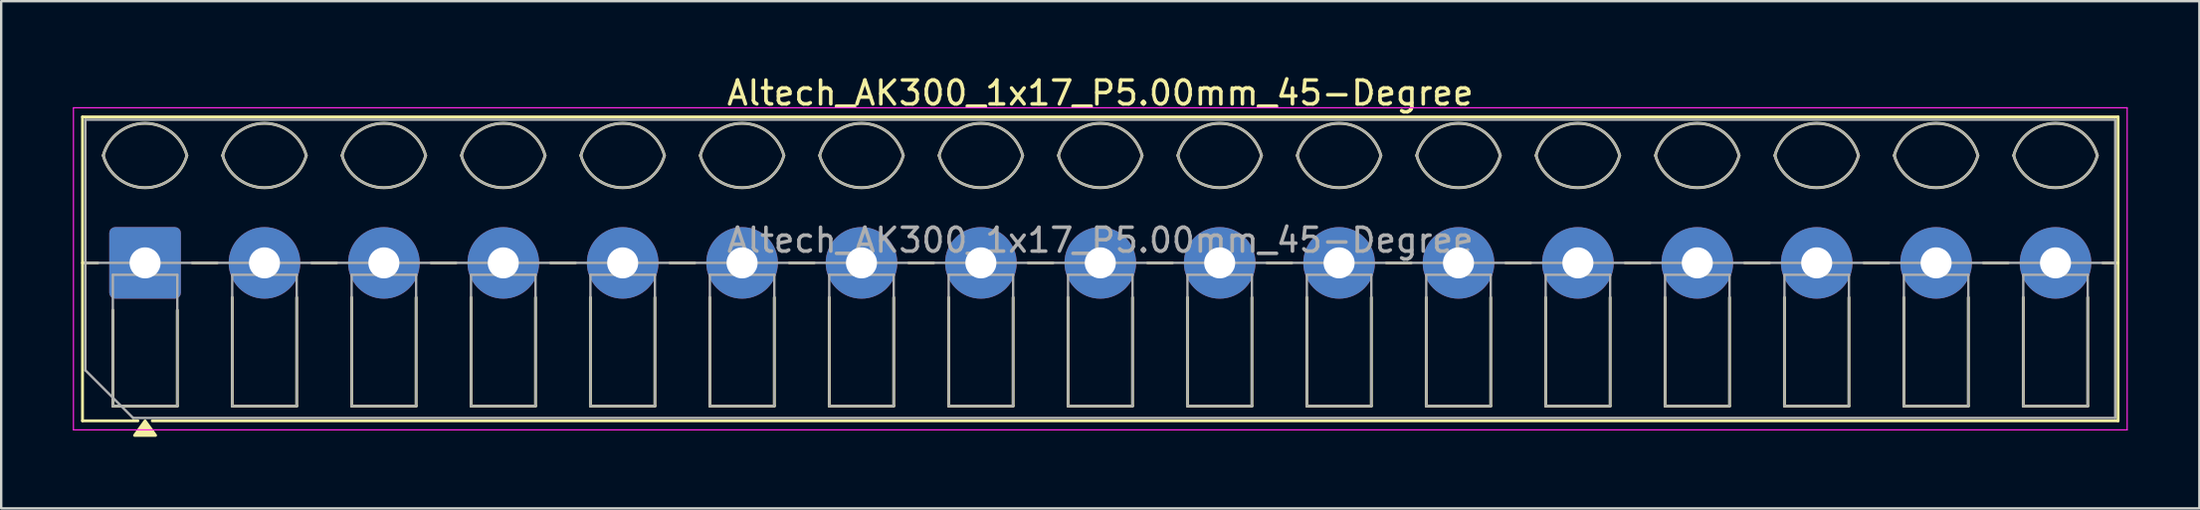
<source format=kicad_pcb>
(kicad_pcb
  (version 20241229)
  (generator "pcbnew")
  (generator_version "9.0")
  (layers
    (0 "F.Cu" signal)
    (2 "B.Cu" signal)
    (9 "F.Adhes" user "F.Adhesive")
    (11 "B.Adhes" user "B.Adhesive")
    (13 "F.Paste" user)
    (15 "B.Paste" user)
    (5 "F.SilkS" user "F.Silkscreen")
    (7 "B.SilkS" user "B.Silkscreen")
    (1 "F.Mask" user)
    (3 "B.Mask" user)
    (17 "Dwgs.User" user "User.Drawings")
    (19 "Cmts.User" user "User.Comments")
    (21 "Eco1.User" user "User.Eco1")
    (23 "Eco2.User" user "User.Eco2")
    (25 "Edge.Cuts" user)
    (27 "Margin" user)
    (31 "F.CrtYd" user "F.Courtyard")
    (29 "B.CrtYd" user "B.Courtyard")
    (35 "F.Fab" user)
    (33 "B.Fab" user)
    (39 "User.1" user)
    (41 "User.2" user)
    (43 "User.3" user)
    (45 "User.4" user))
  (footprint "Altech_AK300_1x17_P5.00mm_45-Degree"
    (layer "F.Cu")
    (at 3.025 7.968)
    (property "Reference" "Altech_AK300_1x17_P5.00mm_45-Degree" (at 40 -7.12 0) (layer "F.SilkS") (effects (font (size 1 1) (thickness 0.15))))
    (attr through_hole)
    (fp_line (start -2.62 -6.12) (end 82.62 -6.12) (stroke (width 0.12) (type solid)) (layer "F.SilkS"))
    (fp_line (start -2.62 0) (end -1.98 0) (stroke (width 0.12) (type solid)) (layer "F.SilkS"))
    (fp_line (start -2.62 6.62) (end -2.62 -6.12) (stroke (width 0.12) (type solid)) (layer "F.SilkS"))
    (fp_line (start -1.35 6) (end -1.35 1.98) (stroke (width 0.12) (type solid)) (layer "F.SilkS"))
    (fp_line (start -0.3 6.62) (end -2.62 6.62) (stroke (width 0.12) (type solid)) (layer "F.SilkS"))
    (fp_line (start 1.35 1.98) (end 1.35 6) (stroke (width 0.12) (type solid)) (layer "F.SilkS"))
    (fp_line (start 1.35 6) (end -1.35 6) (stroke (width 0.12) (type solid)) (layer "F.SilkS"))
    (fp_line (start 1.98 0) (end 3.02 0) (stroke (width 0.12) (type solid)) (layer "F.SilkS"))
    (fp_line (start 3.65 6) (end 3.65 1.448) (stroke (width 0.12) (type solid)) (layer "F.SilkS"))
    (fp_line (start 6.35 1.448) (end 6.35 6) (stroke (width 0.12) (type solid)) (layer "F.SilkS"))
    (fp_line (start 6.35 6) (end 3.65 6) (stroke (width 0.12) (type solid)) (layer "F.SilkS"))
    (fp_line (start 6.98 0) (end 8.02 0) (stroke (width 0.12) (type solid)) (layer "F.SilkS"))
    (fp_line (start 8.65 6) (end 8.65 1.448) (stroke (width 0.12) (type solid)) (layer "F.SilkS"))
    (fp_line (start 11.35 1.448) (end 11.35 6) (stroke (width 0.12) (type solid)) (layer "F.SilkS"))
    (fp_line (start 11.35 6) (end 8.65 6) (stroke (width 0.12) (type solid)) (layer "F.SilkS"))
    (fp_line (start 11.98 0) (end 13.02 0) (stroke (width 0.12) (type solid)) (layer "F.SilkS"))
    (fp_line (start 13.65 6) (end 13.65 1.448) (stroke (width 0.12) (type solid)) (layer "F.SilkS"))
    (fp_line (start 16.35 1.448) (end 16.35 6) (stroke (width 0.12) (type solid)) (layer "F.SilkS"))
    (fp_line (start 16.35 6) (end 13.65 6) (stroke (width 0.12) (type solid)) (layer "F.SilkS"))
    (fp_line (start 16.98 0) (end 18.02 0) (stroke (width 0.12) (type solid)) (layer "F.SilkS"))
    (fp_line (start 18.65 6) (end 18.65 1.448) (stroke (width 0.12) (type solid)) (layer "F.SilkS"))
    (fp_line (start 21.35 1.448) (end 21.35 6) (stroke (width 0.12) (type solid)) (layer "F.SilkS"))
    (fp_line (start 21.35 6) (end 18.65 6) (stroke (width 0.12) (type solid)) (layer "F.SilkS"))
    (fp_line (start 21.98 0) (end 23.02 0) (stroke (width 0.12) (type solid)) (layer "F.SilkS"))
    (fp_line (start 23.65 6) (end 23.65 1.448) (stroke (width 0.12) (type solid)) (layer "F.SilkS"))
    (fp_line (start 26.35 1.448) (end 26.35 6) (stroke (width 0.12) (type solid)) (layer "F.SilkS"))
    (fp_line (start 26.35 6) (end 23.65 6) (stroke (width 0.12) (type solid)) (layer "F.SilkS"))
    (fp_line (start 26.98 0) (end 28.02 0) (stroke (width 0.12) (type solid)) (layer "F.SilkS"))
    (fp_line (start 28.65 6) (end 28.65 1.448) (stroke (width 0.12) (type solid)) (layer "F.SilkS"))
    (fp_line (start 31.35 1.448) (end 31.35 6) (stroke (width 0.12) (type solid)) (layer "F.SilkS"))
    (fp_line (start 31.35 6) (end 28.65 6) (stroke (width 0.12) (type solid)) (layer "F.SilkS"))
    (fp_line (start 31.98 0) (end 33.02 0) (stroke (width 0.12) (type solid)) (layer "F.SilkS"))
    (fp_line (start 33.65 6) (end 33.65 1.448) (stroke (width 0.12) (type solid)) (layer "F.SilkS"))
    (fp_line (start 36.35 1.448) (end 36.35 6) (stroke (width 0.12) (type solid)) (layer "F.SilkS"))
    (fp_line (start 36.35 6) (end 33.65 6) (stroke (width 0.12) (type solid)) (layer "F.SilkS"))
    (fp_line (start 36.98 0) (end 38.02 0) (stroke (width 0.12) (type solid)) (layer "F.SilkS"))
    (fp_line (start 38.65 6) (end 38.65 1.448) (stroke (width 0.12) (type solid)) (layer "F.SilkS"))
    (fp_line (start 41.35 1.448) (end 41.35 6) (stroke (width 0.12) (type solid)) (layer "F.SilkS"))
    (fp_line (start 41.35 6) (end 38.65 6) (stroke (width 0.12) (type solid)) (layer "F.SilkS"))
    (fp_line (start 41.98 0) (end 43.02 0) (stroke (width 0.12) (type solid)) (layer "F.SilkS"))
    (fp_line (start 43.65 6) (end 43.65 1.448) (stroke (width 0.12) (type solid)) (layer "F.SilkS"))
    (fp_line (start 46.35 1.448) (end 46.35 6) (stroke (width 0.12) (type solid)) (layer "F.SilkS"))
    (fp_line (start 46.35 6) (end 43.65 6) (stroke (width 0.12) (type solid)) (layer "F.SilkS"))
    (fp_line (start 46.98 0) (end 48.02 0) (stroke (width 0.12) (type solid)) (layer "F.SilkS"))
    (fp_line (start 48.65 6) (end 48.65 1.448) (stroke (width 0.12) (type solid)) (layer "F.SilkS"))
    (fp_line (start 51.35 1.448) (end 51.35 6) (stroke (width 0.12) (type solid)) (layer "F.SilkS"))
    (fp_line (start 51.35 6) (end 48.65 6) (stroke (width 0.12) (type solid)) (layer "F.SilkS"))
    (fp_line (start 51.98 0) (end 53.02 0) (stroke (width 0.12) (type solid)) (layer "F.SilkS"))
    (fp_line (start 53.65 6) (end 53.65 1.448) (stroke (width 0.12) (type solid)) (layer "F.SilkS"))
    (fp_line (start 56.35 1.448) (end 56.35 6) (stroke (width 0.12) (type solid)) (layer "F.SilkS"))
    (fp_line (start 56.35 6) (end 53.65 6) (stroke (width 0.12) (type solid)) (layer "F.SilkS"))
    (fp_line (start 56.98 0) (end 58.02 0) (stroke (width 0.12) (type solid)) (layer "F.SilkS"))
    (fp_line (start 58.65 6) (end 58.65 1.448) (stroke (width 0.12) (type solid)) (layer "F.SilkS"))
    (fp_line (start 61.35 1.448) (end 61.35 6) (stroke (width 0.12) (type solid)) (layer "F.SilkS"))
    (fp_line (start 61.35 6) (end 58.65 6) (stroke (width 0.12) (type solid)) (layer "F.SilkS"))
    (fp_line (start 61.98 0) (end 63.02 0) (stroke (width 0.12) (type solid)) (layer "F.SilkS"))
    (fp_line (start 63.65 6) (end 63.65 1.448) (stroke (width 0.12) (type solid)) (layer "F.SilkS"))
    (fp_line (start 66.35 1.448) (end 66.35 6) (stroke (width 0.12) (type solid)) (layer "F.SilkS"))
    (fp_line (start 66.35 6) (end 63.65 6) (stroke (width 0.12) (type solid)) (layer "F.SilkS"))
    (fp_line (start 66.98 0) (end 68.02 0) (stroke (width 0.12) (type solid)) (layer "F.SilkS"))
    (fp_line (start 68.65 6) (end 68.65 1.448) (stroke (width 0.12) (type solid)) (layer "F.SilkS"))
    (fp_line (start 71.35 1.448) (end 71.35 6) (stroke (width 0.12) (type solid)) (layer "F.SilkS"))
    (fp_line (start 71.35 6) (end 68.65 6) (stroke (width 0.12) (type solid)) (layer "F.SilkS"))
    (fp_line (start 71.98 0) (end 73.02 0) (stroke (width 0.12) (type solid)) (layer "F.SilkS"))
    (fp_line (start 73.65 6) (end 73.65 1.448) (stroke (width 0.12) (type solid)) (layer "F.SilkS"))
    (fp_line (start 76.35 1.448) (end 76.35 6) (stroke (width 0.12) (type solid)) (layer "F.SilkS"))
    (fp_line (start 76.35 6) (end 73.65 6) (stroke (width 0.12) (type solid)) (layer "F.SilkS"))
    (fp_line (start 76.98 0) (end 78.02 0) (stroke (width 0.12) (type solid)) (layer "F.SilkS"))
    (fp_line (start 78.65 6) (end 78.65 1.448) (stroke (width 0.12) (type solid)) (layer "F.SilkS"))
    (fp_line (start 81.35 1.448) (end 81.35 6) (stroke (width 0.12) (type solid)) (layer "F.SilkS"))
    (fp_line (start 81.35 6) (end 78.65 6) (stroke (width 0.12) (type solid)) (layer "F.SilkS"))
    (fp_line (start 81.98 0) (end 82.62 0) (stroke (width 0.12) (type solid)) (layer "F.SilkS"))
    (fp_line (start 82.62 -6.12) (end 82.62 6.62) (stroke (width 0.12) (type solid)) (layer "F.SilkS"))
    (fp_line (start 82.62 6.62) (end 0.3 6.62) (stroke (width 0.12) (type solid)) (layer "F.SilkS"))
    (fp_arc (start -1.75 -4.5) (mid 0 -5.85) (end 1.75 -4.5) (stroke (width 0.12) (type solid)) (layer "F.SilkS"))
    (fp_arc (start 1.75 -4.5) (mid 0 -3.15) (end -1.75 -4.5) (stroke (width 0.12) (type solid)) (layer "F.SilkS"))
    (fp_arc (start 3.25 -4.5) (mid 5 -5.85) (end 6.75 -4.5) (stroke (width 0.12) (type solid)) (layer "F.SilkS"))
    (fp_arc (start 6.75 -4.5) (mid 5 -3.15) (end 3.25 -4.5) (stroke (width 0.12) (type solid)) (layer "F.SilkS"))
    (fp_arc (start 8.25 -4.5) (mid 10 -5.85) (end 11.75 -4.5) (stroke (width 0.12) (type solid)) (layer "F.SilkS"))
    (fp_arc (start 11.75 -4.5) (mid 10 -3.15) (end 8.25 -4.5) (stroke (width 0.12) (type solid)) (layer "F.SilkS"))
    (fp_arc (start 13.25 -4.5) (mid 15 -5.85) (end 16.75 -4.5) (stroke (width 0.12) (type solid)) (layer "F.SilkS"))
    (fp_arc (start 16.75 -4.5) (mid 15 -3.15) (end 13.25 -4.5) (stroke (width 0.12) (type solid)) (layer "F.SilkS"))
    (fp_arc (start 18.25 -4.5) (mid 20 -5.85) (end 21.75 -4.5) (stroke (width 0.12) (type solid)) (layer "F.SilkS"))
    (fp_arc (start 21.75 -4.5) (mid 20 -3.15) (end 18.25 -4.5) (stroke (width 0.12) (type solid)) (layer "F.SilkS"))
    (fp_arc (start 23.25 -4.5) (mid 25 -5.85) (end 26.75 -4.5) (stroke (width 0.12) (type solid)) (layer "F.SilkS"))
    (fp_arc (start 26.75 -4.5) (mid 25 -3.15) (end 23.25 -4.5) (stroke (width 0.12) (type solid)) (layer "F.SilkS"))
    (fp_arc (start 28.25 -4.5) (mid 30 -5.85) (end 31.75 -4.5) (stroke (width 0.12) (type solid)) (layer "F.SilkS"))
    (fp_arc (start 31.75 -4.5) (mid 30 -3.15) (end 28.25 -4.5) (stroke (width 0.12) (type solid)) (layer "F.SilkS"))
    (fp_arc (start 33.25 -4.5) (mid 35 -5.85) (end 36.75 -4.5) (stroke (width 0.12) (type solid)) (layer "F.SilkS"))
    (fp_arc (start 36.75 -4.5) (mid 35 -3.15) (end 33.25 -4.5) (stroke (width 0.12) (type solid)) (layer "F.SilkS"))
    (fp_arc (start 38.25 -4.5) (mid 40 -5.85) (end 41.75 -4.5) (stroke (width 0.12) (type solid)) (layer "F.SilkS"))
    (fp_arc (start 41.75 -4.5) (mid 40 -3.15) (end 38.25 -4.5) (stroke (width 0.12) (type solid)) (layer "F.SilkS"))
    (fp_arc (start 43.25 -4.5) (mid 45 -5.85) (end 46.75 -4.5) (stroke (width 0.12) (type solid)) (layer "F.SilkS"))
    (fp_arc (start 46.75 -4.5) (mid 45 -3.15) (end 43.25 -4.5) (stroke (width 0.12) (type solid)) (layer "F.SilkS"))
    (fp_arc (start 48.25 -4.5) (mid 50 -5.85) (end 51.75 -4.5) (stroke (width 0.12) (type solid)) (layer "F.SilkS"))
    (fp_arc (start 51.75 -4.5) (mid 50 -3.15) (end 48.25 -4.5) (stroke (width 0.12) (type solid)) (layer "F.SilkS"))
    (fp_arc (start 53.25 -4.5) (mid 55 -5.85) (end 56.75 -4.5) (stroke (width 0.12) (type solid)) (layer "F.SilkS"))
    (fp_arc (start 56.75 -4.5) (mid 55 -3.15) (end 53.25 -4.5) (stroke (width 0.12) (type solid)) (layer "F.SilkS"))
    (fp_arc (start 58.25 -4.5) (mid 60 -5.85) (end 61.75 -4.5) (stroke (width 0.12) (type solid)) (layer "F.SilkS"))
    (fp_arc (start 61.75 -4.5) (mid 60 -3.15) (end 58.25 -4.5) (stroke (width 0.12) (type solid)) (layer "F.SilkS"))
    (fp_arc (start 63.25 -4.5) (mid 65 -5.85) (end 66.75 -4.5) (stroke (width 0.12) (type solid)) (layer "F.SilkS"))
    (fp_arc (start 66.75 -4.5) (mid 65 -3.15) (end 63.25 -4.5) (stroke (width 0.12) (type solid)) (layer "F.SilkS"))
    (fp_arc (start 68.25 -4.5) (mid 70 -5.85) (end 71.75 -4.5) (stroke (width 0.12) (type solid)) (layer "F.SilkS"))
    (fp_arc (start 71.75 -4.5) (mid 70 -3.15) (end 68.25 -4.5) (stroke (width 0.12) (type solid)) (layer "F.SilkS"))
    (fp_arc (start 73.25 -4.5) (mid 75 -5.85) (end 76.75 -4.5) (stroke (width 0.12) (type solid)) (layer "F.SilkS"))
    (fp_arc (start 76.75 -4.5) (mid 75 -3.15) (end 73.25 -4.5) (stroke (width 0.12) (type solid)) (layer "F.SilkS"))
    (fp_arc (start 78.25 -4.5) (mid 80 -5.85) (end 81.75 -4.5) (stroke (width 0.12) (type solid)) (layer "F.SilkS"))
    (fp_arc (start 81.75 -4.5) (mid 80 -3.15) (end 78.25 -4.5) (stroke (width 0.12) (type solid)) (layer "F.SilkS"))
    (fp_poly (pts (xy 0 6.62) (xy 0.44 7.23) (xy -0.44 7.23)) (stroke (width 0.12) (type solid)) (fill yes) (layer "F.SilkS"))
    (fp_line (start -3 -6.5) (end -3 7) (stroke (width 0.05) (type solid)) (layer "F.CrtYd"))
    (fp_line (start -3 7) (end 83 7) (stroke (width 0.05) (type solid)) (layer "F.CrtYd"))
    (fp_line (start 83 -6.5) (end -3 -6.5) (stroke (width 0.05) (type solid)) (layer "F.CrtYd"))
    (fp_line (start 83 7) (end 83 -6.5) (stroke (width 0.05) (type solid)) (layer "F.CrtYd"))
    (fp_line (start -2.5 -6) (end 82.5 -6) (stroke (width 0.1) (type solid)) (layer "F.Fab"))
    (fp_line (start -2.5 0) (end 82.5 0) (stroke (width 0.1) (type solid)) (layer "F.Fab"))
    (fp_line (start -2.5 4.5) (end -2.5 -6) (stroke (width 0.1) (type solid)) (layer "F.Fab"))
    (fp_line (start -1.35 0.5) (end -1.35 6) (stroke (width 0.1) (type solid)) (layer "F.Fab"))
    (fp_line (start -1.35 6) (end 1.35 6) (stroke (width 0.1) (type solid)) (layer "F.Fab"))
    (fp_line (start -0.5 6.5) (end -2.5 4.5) (stroke (width 0.1) (type solid)) (layer "F.Fab"))
    (fp_line (start 1.35 0.5) (end -1.35 0.5) (stroke (width 0.1) (type solid)) (layer "F.Fab"))
    (fp_line (start 1.35 6) (end 1.35 0.5) (stroke (width 0.1) (type solid)) (layer "F.Fab"))
    (fp_line (start 3.65 0.5) (end 3.65 6) (stroke (width 0.1) (type solid)) (layer "F.Fab"))
    (fp_line (start 3.65 6) (end 6.35 6) (stroke (width 0.1) (type solid)) (layer "F.Fab"))
    (fp_line (start 6.35 0.5) (end 3.65 0.5) (stroke (width 0.1) (type solid)) (layer "F.Fab"))
    (fp_line (start 6.35 6) (end 6.35 0.5) (stroke (width 0.1) (type solid)) (layer "F.Fab"))
    (fp_line (start 8.65 0.5) (end 8.65 6) (stroke (width 0.1) (type solid)) (layer "F.Fab"))
    (fp_line (start 8.65 6) (end 11.351 6) (stroke (width 0.1) (type solid)) (layer "F.Fab"))
    (fp_line (start 11.351 0.5) (end 8.65 0.5) (stroke (width 0.1) (type solid)) (layer "F.Fab"))
    (fp_line (start 11.351 6) (end 11.351 0.5) (stroke (width 0.1) (type solid)) (layer "F.Fab"))
    (fp_line (start 13.65 0.5) (end 13.65 6) (stroke (width 0.1) (type solid)) (layer "F.Fab"))
    (fp_line (start 13.65 6) (end 16.351 6) (stroke (width 0.1) (type solid)) (layer "F.Fab"))
    (fp_line (start 16.351 0.5) (end 13.65 0.5) (stroke (width 0.1) (type solid)) (layer "F.Fab"))
    (fp_line (start 16.351 6) (end 16.351 0.5) (stroke (width 0.1) (type solid)) (layer "F.Fab"))
    (fp_line (start 18.65 0.5) (end 18.65 6) (stroke (width 0.1) (type solid)) (layer "F.Fab"))
    (fp_line (start 18.65 6) (end 21.35 6) (stroke (width 0.1) (type solid)) (layer "F.Fab"))
    (fp_line (start 21.35 0.5) (end 18.65 0.5) (stroke (width 0.1) (type solid)) (layer "F.Fab"))
    (fp_line (start 21.35 6) (end 21.35 0.5) (stroke (width 0.1) (type solid)) (layer "F.Fab"))
    (fp_line (start 23.65 0.5) (end 23.65 6) (stroke (width 0.1) (type solid)) (layer "F.Fab"))
    (fp_line (start 23.65 6) (end 26.35 6) (stroke (width 0.1) (type solid)) (layer "F.Fab"))
    (fp_line (start 26.35 0.5) (end 23.65 0.5) (stroke (width 0.1) (type solid)) (layer "F.Fab"))
    (fp_line (start 26.35 6) (end 26.35 0.5) (stroke (width 0.1) (type solid)) (layer "F.Fab"))
    (fp_line (start 28.65 0.5) (end 28.65 6) (stroke (width 0.1) (type solid)) (layer "F.Fab"))
    (fp_line (start 28.65 6) (end 31.35 6) (stroke (width 0.1) (type solid)) (layer "F.Fab"))
    (fp_line (start 31.35 0.5) (end 28.65 0.5) (stroke (width 0.1) (type solid)) (layer "F.Fab"))
    (fp_line (start 31.35 6) (end 31.35 0.5) (stroke (width 0.1) (type solid)) (layer "F.Fab"))
    (fp_line (start 33.65 0.5) (end 33.65 6) (stroke (width 0.1) (type solid)) (layer "F.Fab"))
    (fp_line (start 33.65 6) (end 36.35 6) (stroke (width 0.1) (type solid)) (layer "F.Fab"))
    (fp_line (start 36.35 0.5) (end 33.65 0.5) (stroke (width 0.1) (type solid)) (layer "F.Fab"))
    (fp_line (start 36.35 6) (end 36.35 0.5) (stroke (width 0.1) (type solid)) (layer "F.Fab"))
    (fp_line (start 38.65 0.5) (end 38.65 6) (stroke (width 0.1) (type solid)) (layer "F.Fab"))
    (fp_line (start 38.65 6) (end 41.35 6) (stroke (width 0.1) (type solid)) (layer "F.Fab"))
    (fp_line (start 41.35 0.5) (end 38.65 0.5) (stroke (width 0.1) (type solid)) (layer "F.Fab"))
    (fp_line (start 41.35 6) (end 41.35 0.5) (stroke (width 0.1) (type solid)) (layer "F.Fab"))
    (fp_line (start 43.65 0.5) (end 43.65 6) (stroke (width 0.1) (type solid)) (layer "F.Fab"))
    (fp_line (start 43.65 6) (end 46.35 6) (stroke (width 0.1) (type solid)) (layer "F.Fab"))
    (fp_line (start 46.35 0.5) (end 43.65 0.5) (stroke (width 0.1) (type solid)) (layer "F.Fab"))
    (fp_line (start 46.35 6) (end 46.35 0.5) (stroke (width 0.1) (type solid)) (layer "F.Fab"))
    (fp_line (start 48.65 0.5) (end 48.65 6) (stroke (width 0.1) (type solid)) (layer "F.Fab"))
    (fp_line (start 48.65 6) (end 51.35 6) (stroke (width 0.1) (type solid)) (layer "F.Fab"))
    (fp_line (start 51.35 0.5) (end 48.65 0.5) (stroke (width 0.1) (type solid)) (layer "F.Fab"))
    (fp_line (start 51.35 6) (end 51.35 0.5) (stroke (width 0.1) (type solid)) (layer "F.Fab"))
    (fp_line (start 53.65 0.5) (end 53.65 6) (stroke (width 0.1) (type solid)) (layer "F.Fab"))
    (fp_line (start 53.65 6) (end 56.35 6) (stroke (width 0.1) (type solid)) (layer "F.Fab"))
    (fp_line (start 56.35 0.5) (end 53.65 0.5) (stroke (width 0.1) (type solid)) (layer "F.Fab"))
    (fp_line (start 56.35 6) (end 56.35 0.5) (stroke (width 0.1) (type solid)) (layer "F.Fab"))
    (fp_line (start 58.65 0.5) (end 58.65 6) (stroke (width 0.1) (type solid)) (layer "F.Fab"))
    (fp_line (start 58.65 6) (end 61.35 6) (stroke (width 0.1) (type solid)) (layer "F.Fab"))
    (fp_line (start 61.35 0.5) (end 58.65 0.5) (stroke (width 0.1) (type solid)) (layer "F.Fab"))
    (fp_line (start 61.35 6) (end 61.35 0.5) (stroke (width 0.1) (type solid)) (layer "F.Fab"))
    (fp_line (start 63.65 0.5) (end 63.65 6) (stroke (width 0.1) (type solid)) (layer "F.Fab"))
    (fp_line (start 63.65 6) (end 66.35 6) (stroke (width 0.1) (type solid)) (layer "F.Fab"))
    (fp_line (start 66.35 0.5) (end 63.65 0.5) (stroke (width 0.1) (type solid)) (layer "F.Fab"))
    (fp_line (start 66.35 6) (end 66.35 0.5) (stroke (width 0.1) (type solid)) (layer "F.Fab"))
    (fp_line (start 68.65 0.5) (end 68.65 6) (stroke (width 0.1) (type solid)) (layer "F.Fab"))
    (fp_line (start 68.65 6) (end 71.35 6) (stroke (width 0.1) (type solid)) (layer "F.Fab"))
    (fp_line (start 71.35 0.5) (end 68.65 0.5) (stroke (width 0.1) (type solid)) (layer "F.Fab"))
    (fp_line (start 71.35 6) (end 71.35 0.5) (stroke (width 0.1) (type solid)) (layer "F.Fab"))
    (fp_line (start 73.65 0.5) (end 73.65 6) (stroke (width 0.1) (type solid)) (layer "F.Fab"))
    (fp_line (start 73.65 6) (end 76.35 6) (stroke (width 0.1) (type solid)) (layer "F.Fab"))
    (fp_line (start 76.35 0.5) (end 73.65 0.5) (stroke (width 0.1) (type solid)) (layer "F.Fab"))
    (fp_line (start 76.35 6) (end 76.35 0.5) (stroke (width 0.1) (type solid)) (layer "F.Fab"))
    (fp_line (start 78.65 0.5) (end 78.65 6) (stroke (width 0.1) (type solid)) (layer "F.Fab"))
    (fp_line (start 78.65 6) (end 81.35 6) (stroke (width 0.1) (type solid)) (layer "F.Fab"))
    (fp_line (start 81.35 0.5) (end 78.65 0.5) (stroke (width 0.1) (type solid)) (layer "F.Fab"))
    (fp_line (start 81.35 6) (end 81.35 0.5) (stroke (width 0.1) (type solid)) (layer "F.Fab"))
    (fp_line (start 82.5 -6) (end 82.5 6.5) (stroke (width 0.1) (type solid)) (layer "F.Fab"))
    (fp_line (start 82.5 6.5) (end -0.5 6.5) (stroke (width 0.1) (type solid)) (layer "F.Fab"))
    (fp_arc (start -1.75 -4.5) (mid 0 -5.85) (end 1.75 -4.5) (stroke (width 0.1) (type solid)) (layer "F.Fab"))
    (fp_arc (start 1.75 -4.5) (mid 0 -3.15) (end -1.75 -4.5) (stroke (width 0.1) (type solid)) (layer "F.Fab"))
    (fp_arc (start 3.25 -4.5) (mid 5 -5.85) (end 6.75 -4.5) (stroke (width 0.1) (type solid)) (layer "F.Fab"))
    (fp_arc (start 6.75 -4.5) (mid 5 -3.15) (end 3.25 -4.5) (stroke (width 0.1) (type solid)) (layer "F.Fab"))
    (fp_arc (start 8.25 -4.5) (mid 10 -5.85) (end 11.75 -4.5) (stroke (width 0.1) (type solid)) (layer "F.Fab"))
    (fp_arc (start 11.75 -4.5) (mid 10 -3.15) (end 8.25 -4.5) (stroke (width 0.1) (type solid)) (layer "F.Fab"))
    (fp_arc (start 13.25 -4.5) (mid 15 -5.85) (end 16.75 -4.5) (stroke (width 0.1) (type solid)) (layer "F.Fab"))
    (fp_arc (start 16.75 -4.5) (mid 15 -3.15) (end 13.25 -4.5) (stroke (width 0.1) (type solid)) (layer "F.Fab"))
    (fp_arc (start 18.25 -4.5) (mid 20 -5.85) (end 21.75 -4.5) (stroke (width 0.1) (type solid)) (layer "F.Fab"))
    (fp_arc (start 21.75 -4.5) (mid 20 -3.15) (end 18.25 -4.5) (stroke (width 0.1) (type solid)) (layer "F.Fab"))
    (fp_arc (start 23.25 -4.5) (mid 25 -5.85) (end 26.75 -4.5) (stroke (width 0.1) (type solid)) (layer "F.Fab"))
    (fp_arc (start 26.75 -4.5) (mid 25 -3.15) (end 23.25 -4.5) (stroke (width 0.1) (type solid)) (layer "F.Fab"))
    (fp_arc (start 28.25 -4.5) (mid 30 -5.85) (end 31.75 -4.5) (stroke (width 0.1) (type solid)) (layer "F.Fab"))
    (fp_arc (start 31.75 -4.5) (mid 30 -3.15) (end 28.25 -4.5) (stroke (width 0.1) (type solid)) (layer "F.Fab"))
    (fp_arc (start 33.25 -4.5) (mid 35 -5.85) (end 36.75 -4.5) (stroke (width 0.1) (type solid)) (layer "F.Fab"))
    (fp_arc (start 36.75 -4.5) (mid 35 -3.15) (end 33.25 -4.5) (stroke (width 0.1) (type solid)) (layer "F.Fab"))
    (fp_arc (start 38.25 -4.5) (mid 40 -5.85) (end 41.75 -4.5) (stroke (width 0.1) (type solid)) (layer "F.Fab"))
    (fp_arc (start 41.75 -4.5) (mid 40 -3.15) (end 38.25 -4.5) (stroke (width 0.1) (type solid)) (layer "F.Fab"))
    (fp_arc (start 43.25 -4.5) (mid 45 -5.85) (end 46.75 -4.5) (stroke (width 0.1) (type solid)) (layer "F.Fab"))
    (fp_arc (start 46.75 -4.5) (mid 45 -3.15) (end 43.25 -4.5) (stroke (width 0.1) (type solid)) (layer "F.Fab"))
    (fp_arc (start 48.25 -4.5) (mid 50 -5.85) (end 51.75 -4.5) (stroke (width 0.1) (type solid)) (layer "F.Fab"))
    (fp_arc (start 51.75 -4.5) (mid 50 -3.15) (end 48.25 -4.5) (stroke (width 0.1) (type solid)) (layer "F.Fab"))
    (fp_arc (start 53.25 -4.5) (mid 55 -5.85) (end 56.75 -4.5) (stroke (width 0.1) (type solid)) (layer "F.Fab"))
    (fp_arc (start 56.75 -4.5) (mid 55 -3.15) (end 53.25 -4.5) (stroke (width 0.1) (type solid)) (layer "F.Fab"))
    (fp_arc (start 58.25 -4.5) (mid 60 -5.85) (end 61.75 -4.5) (stroke (width 0.1) (type solid)) (layer "F.Fab"))
    (fp_arc (start 61.75 -4.5) (mid 60 -3.15) (end 58.25 -4.5) (stroke (width 0.1) (type solid)) (layer "F.Fab"))
    (fp_arc (start 63.25 -4.5) (mid 65 -5.85) (end 66.75 -4.5) (stroke (width 0.1) (type solid)) (layer "F.Fab"))
    (fp_arc (start 66.75 -4.5) (mid 65 -3.15) (end 63.25 -4.5) (stroke (width 0.1) (type solid)) (layer "F.Fab"))
    (fp_arc (start 68.25 -4.5) (mid 70 -5.85) (end 71.75 -4.5) (stroke (width 0.1) (type solid)) (layer "F.Fab"))
    (fp_arc (start 71.75 -4.5) (mid 70 -3.15) (end 68.25 -4.5) (stroke (width 0.1) (type solid)) (layer "F.Fab"))
    (fp_arc (start 73.25 -4.5) (mid 75 -5.85) (end 76.75 -4.5) (stroke (width 0.1) (type solid)) (layer "F.Fab"))
    (fp_arc (start 76.75 -4.5) (mid 75 -3.15) (end 73.25 -4.5) (stroke (width 0.1) (type solid)) (layer "F.Fab"))
    (fp_arc (start 78.25 -4.5) (mid 80 -5.85) (end 81.75 -4.5) (stroke (width 0.1) (type solid)) (layer "F.Fab"))
    (fp_arc (start 81.75 -4.5) (mid 80 -3.15) (end 78.25 -4.5) (stroke (width 0.1) (type solid)) (layer "F.Fab"))
    (fp_text user "${REFERENCE}" (at 40 -0.95 0) (layer "F.Fab") (effects (font (size 1 1) (thickness 0.15))))
    (pad "1" thru_hole roundrect (at 0 0) (size 3 3) (drill 1.3) (layers "*.Cu" "*.Mask") (roundrect_rratio 0.083))
    (pad "2" thru_hole circle (at 5 0) (size 3 3) (drill 1.3) (layers "*.Cu" "*.Mask"))
    (pad "3" thru_hole circle (at 10 0) (size 3 3) (drill 1.3) (layers "*.Cu" "*.Mask"))
    (pad "4" thru_hole circle (at 15 0) (size 3 3) (drill 1.3) (layers "*.Cu" "*.Mask"))
    (pad "5" thru_hole circle (at 20 0) (size 3 3) (drill 1.3) (layers "*.Cu" "*.Mask"))
    (pad "6" thru_hole circle (at 25 0) (size 3 3) (drill 1.3) (layers "*.Cu" "*.Mask"))
    (pad "7" thru_hole circle (at 30 0) (size 3 3) (drill 1.3) (layers "*.Cu" "*.Mask"))
    (pad "8" thru_hole circle (at 35 0) (size 3 3) (drill 1.3) (layers "*.Cu" "*.Mask"))
    (pad "9" thru_hole circle (at 40 0) (size 3 3) (drill 1.3) (layers "*.Cu" "*.Mask"))
    (pad "10" thru_hole circle (at 45 0) (size 3 3) (drill 1.3) (layers "*.Cu" "*.Mask"))
    (pad "11" thru_hole circle (at 50 0) (size 3 3) (drill 1.3) (layers "*.Cu" "*.Mask"))
    (pad "12" thru_hole circle (at 55 0) (size 3 3) (drill 1.3) (layers "*.Cu" "*.Mask"))
    (pad "13" thru_hole circle (at 60 0) (size 3 3) (drill 1.3) (layers "*.Cu" "*.Mask"))
    (pad "14" thru_hole circle (at 65 0) (size 3 3) (drill 1.3) (layers "*.Cu" "*.Mask"))
    (pad "15" thru_hole circle (at 70 0) (size 3 3) (drill 1.3) (layers "*.Cu" "*.Mask"))
    (pad "16" thru_hole circle (at 75 0) (size 3 3) (drill 1.3) (layers "*.Cu" "*.Mask"))
    (pad "17" thru_hole circle (at 80 0) (size 3 3) (drill 1.3) (layers "*.Cu" "*.Mask")))
  (gr_rect
    (start -3 -3)
    (end 89.05 18.258)
    (stroke (width 0.1) (type default))
    (fill no)
    (layer "Edge.Cuts")))
</source>
